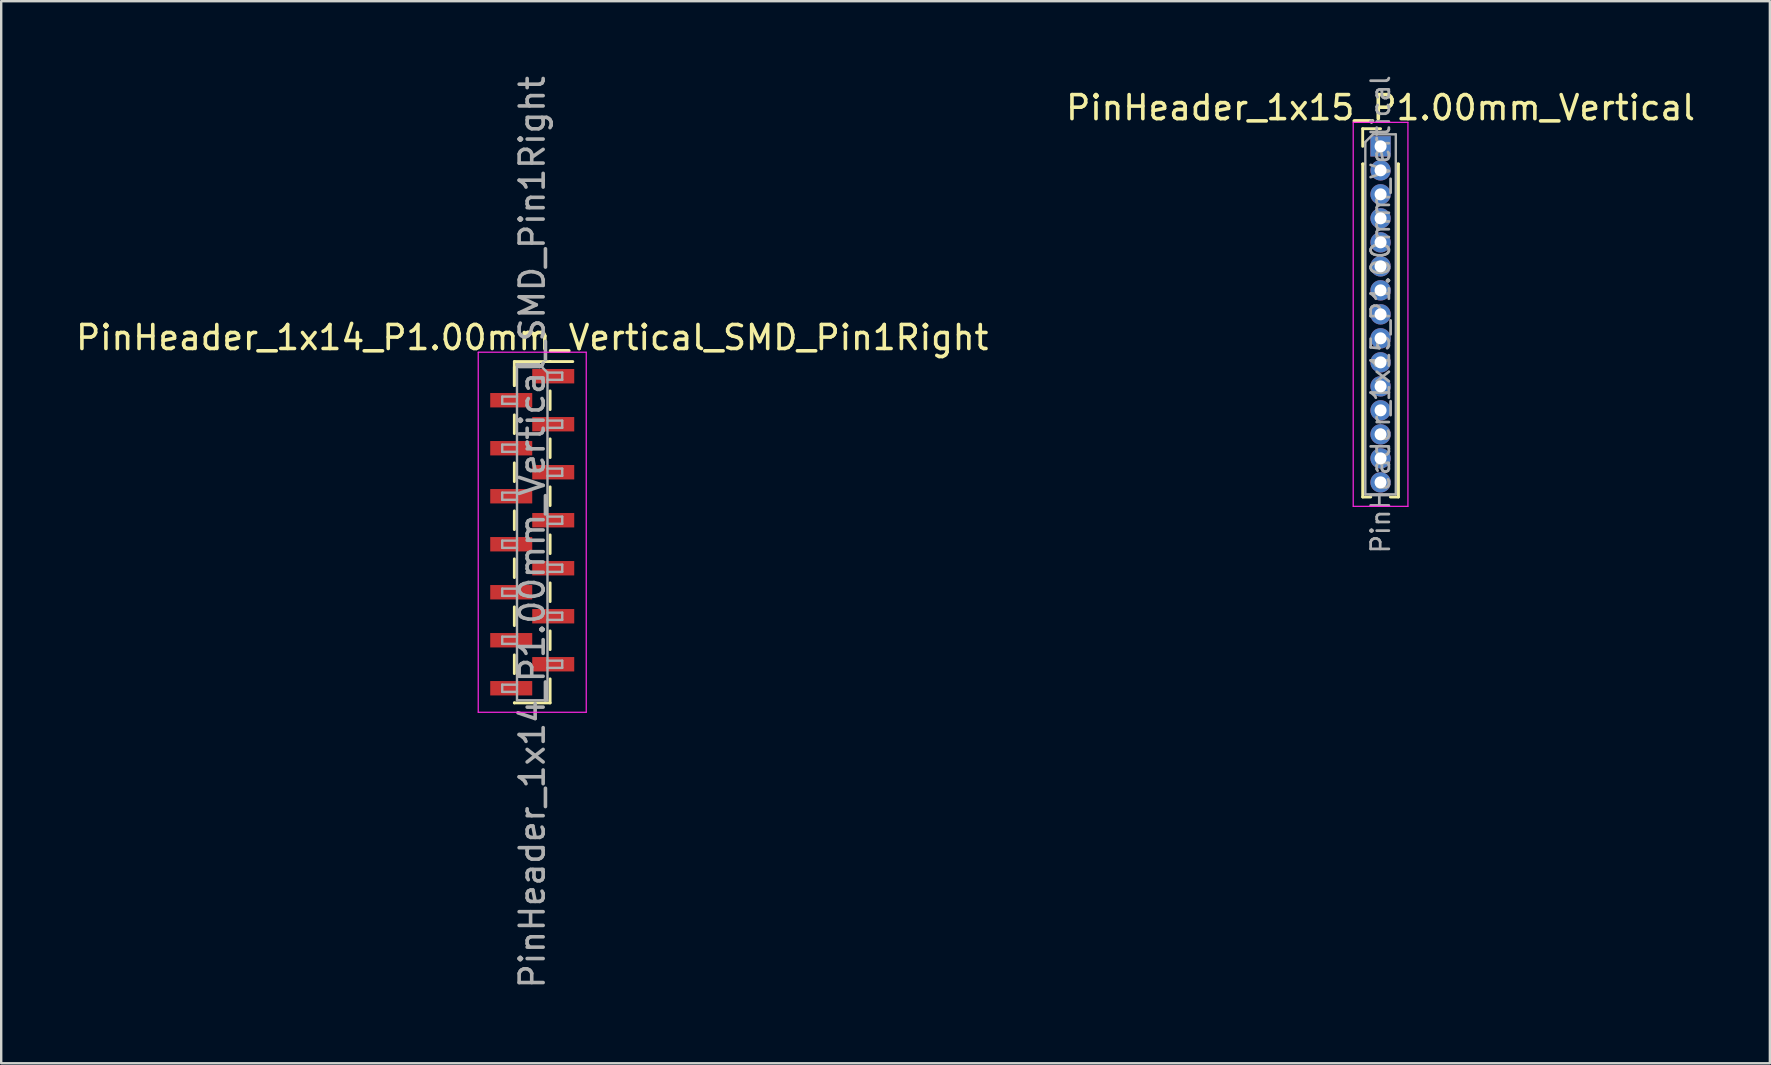
<source format=kicad_pcb>
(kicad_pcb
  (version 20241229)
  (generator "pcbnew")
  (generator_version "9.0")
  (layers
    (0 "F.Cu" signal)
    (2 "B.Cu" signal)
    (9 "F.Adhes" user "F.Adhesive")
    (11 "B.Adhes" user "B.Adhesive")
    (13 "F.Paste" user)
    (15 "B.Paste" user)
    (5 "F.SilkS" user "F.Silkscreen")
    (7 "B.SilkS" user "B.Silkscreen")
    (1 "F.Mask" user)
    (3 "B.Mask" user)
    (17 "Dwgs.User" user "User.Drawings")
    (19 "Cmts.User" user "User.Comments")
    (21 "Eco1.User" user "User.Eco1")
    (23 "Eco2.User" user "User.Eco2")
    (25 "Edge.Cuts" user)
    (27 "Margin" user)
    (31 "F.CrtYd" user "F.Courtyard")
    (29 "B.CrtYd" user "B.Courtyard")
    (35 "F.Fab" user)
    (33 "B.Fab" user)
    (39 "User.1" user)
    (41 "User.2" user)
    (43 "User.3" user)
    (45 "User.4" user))
  (footprint "PinHeader_1x14_P1.00mm_Vertical_SMD_Pin1Right"
    (layer "F.Cu")
    (at 19.125 19.125)
    (property "Reference" "PinHeader_1x14_P1.00mm_Vertical_SMD_Pin1Right" (at 0 -8.11 0) (layer "F.SilkS") (effects (font (size 1 1) (thickness 0.15))))
    (attr smd)
    (fp_line (start -0.745 -7.11) (end -0.745 -6.11) (stroke (width 0.12) (type solid)) (layer "F.SilkS"))
    (fp_line (start -0.745 -7.11) (end 0.745 -7.11) (stroke (width 0.12) (type solid)) (layer "F.SilkS"))
    (fp_line (start -0.745 -6.89) (end -0.745 -6.11) (stroke (width 0.12) (type solid)) (layer "F.SilkS"))
    (fp_line (start -0.745 -4.89) (end -0.745 -4.11) (stroke (width 0.12) (type solid)) (layer "F.SilkS"))
    (fp_line (start -0.745 -2.89) (end -0.745 -2.11) (stroke (width 0.12) (type solid)) (layer "F.SilkS"))
    (fp_line (start -0.745 -0.89) (end -0.745 -0.11) (stroke (width 0.12) (type solid)) (layer "F.SilkS"))
    (fp_line (start -0.745 1.11) (end -0.745 1.89) (stroke (width 0.12) (type solid)) (layer "F.SilkS"))
    (fp_line (start -0.745 3.11) (end -0.745 3.89) (stroke (width 0.12) (type solid)) (layer "F.SilkS"))
    (fp_line (start -0.745 5.11) (end -0.745 5.89) (stroke (width 0.12) (type solid)) (layer "F.SilkS"))
    (fp_line (start -0.745 7.11) (end -0.745 7.11) (stroke (width 0.12) (type solid)) (layer "F.SilkS"))
    (fp_line (start -0.745 7.11) (end 0.745 7.11) (stroke (width 0.12) (type solid)) (layer "F.SilkS"))
    (fp_line (start 0.745 -7.11) (end 0.745 -7.11) (stroke (width 0.12) (type solid)) (layer "F.SilkS"))
    (fp_line (start 0.745 -7.11) (end 1.69 -7.11) (stroke (width 0.12) (type solid)) (layer "F.SilkS"))
    (fp_line (start 0.745 -5.89) (end 0.745 -5.11) (stroke (width 0.12) (type solid)) (layer "F.SilkS"))
    (fp_line (start 0.745 -3.89) (end 0.745 -3.11) (stroke (width 0.12) (type solid)) (layer "F.SilkS"))
    (fp_line (start 0.745 -1.89) (end 0.745 -1.11) (stroke (width 0.12) (type solid)) (layer "F.SilkS"))
    (fp_line (start 0.745 0.11) (end 0.745 0.89) (stroke (width 0.12) (type solid)) (layer "F.SilkS"))
    (fp_line (start 0.745 2.11) (end 0.745 2.89) (stroke (width 0.12) (type solid)) (layer "F.SilkS"))
    (fp_line (start 0.745 4.11) (end 0.745 4.89) (stroke (width 0.12) (type solid)) (layer "F.SilkS"))
    (fp_line (start 0.745 6.11) (end 0.745 7.11) (stroke (width 0.12) (type solid)) (layer "F.SilkS"))
    (fp_line (start -2.25 -7.5) (end -2.25 7.5) (stroke (width 0.05) (type solid)) (layer "F.CrtYd"))
    (fp_line (start -2.25 7.5) (end 2.25 7.5) (stroke (width 0.05) (type solid)) (layer "F.CrtYd"))
    (fp_line (start 2.25 -7.5) (end -2.25 -7.5) (stroke (width 0.05) (type solid)) (layer "F.CrtYd"))
    (fp_line (start 2.25 7.5) (end 2.25 -7.5) (stroke (width 0.05) (type solid)) (layer "F.CrtYd"))
    (fp_line (start -1.25 -5.65) (end -1.25 -5.35) (stroke (width 0.1) (type solid)) (layer "F.Fab"))
    (fp_line (start -1.25 -5.35) (end -0.635 -5.35) (stroke (width 0.1) (type solid)) (layer "F.Fab"))
    (fp_line (start -1.25 -3.65) (end -1.25 -3.35) (stroke (width 0.1) (type solid)) (layer "F.Fab"))
    (fp_line (start -1.25 -3.35) (end -0.635 -3.35) (stroke (width 0.1) (type solid)) (layer "F.Fab"))
    (fp_line (start -1.25 -1.65) (end -1.25 -1.35) (stroke (width 0.1) (type solid)) (layer "F.Fab"))
    (fp_line (start -1.25 -1.35) (end -0.635 -1.35) (stroke (width 0.1) (type solid)) (layer "F.Fab"))
    (fp_line (start -1.25 0.35) (end -1.25 0.65) (stroke (width 0.1) (type solid)) (layer "F.Fab"))
    (fp_line (start -1.25 0.65) (end -0.635 0.65) (stroke (width 0.1) (type solid)) (layer "F.Fab"))
    (fp_line (start -1.25 2.35) (end -1.25 2.65) (stroke (width 0.1) (type solid)) (layer "F.Fab"))
    (fp_line (start -1.25 2.65) (end -0.635 2.65) (stroke (width 0.1) (type solid)) (layer "F.Fab"))
    (fp_line (start -1.25 4.35) (end -1.25 4.65) (stroke (width 0.1) (type solid)) (layer "F.Fab"))
    (fp_line (start -1.25 4.65) (end -0.635 4.65) (stroke (width 0.1) (type solid)) (layer "F.Fab"))
    (fp_line (start -1.25 6.35) (end -1.25 6.65) (stroke (width 0.1) (type solid)) (layer "F.Fab"))
    (fp_line (start -1.25 6.65) (end -0.635 6.65) (stroke (width 0.1) (type solid)) (layer "F.Fab"))
    (fp_line (start -0.635 -7) (end -0.635 7) (stroke (width 0.1) (type solid)) (layer "F.Fab"))
    (fp_line (start -0.635 -7) (end 0.285 -7) (stroke (width 0.1) (type solid)) (layer "F.Fab"))
    (fp_line (start -0.635 -5.65) (end -1.25 -5.65) (stroke (width 0.1) (type solid)) (layer "F.Fab"))
    (fp_line (start -0.635 -3.65) (end -1.25 -3.65) (stroke (width 0.1) (type solid)) (layer "F.Fab"))
    (fp_line (start -0.635 -1.65) (end -1.25 -1.65) (stroke (width 0.1) (type solid)) (layer "F.Fab"))
    (fp_line (start -0.635 0.35) (end -1.25 0.35) (stroke (width 0.1) (type solid)) (layer "F.Fab"))
    (fp_line (start -0.635 2.35) (end -1.25 2.35) (stroke (width 0.1) (type solid)) (layer "F.Fab"))
    (fp_line (start -0.635 4.35) (end -1.25 4.35) (stroke (width 0.1) (type solid)) (layer "F.Fab"))
    (fp_line (start -0.635 6.35) (end -1.25 6.35) (stroke (width 0.1) (type solid)) (layer "F.Fab"))
    (fp_line (start 0.635 -6.65) (end 0.285 -7) (stroke (width 0.1) (type solid)) (layer "F.Fab"))
    (fp_line (start 0.635 -6.65) (end 1.25 -6.65) (stroke (width 0.1) (type solid)) (layer "F.Fab"))
    (fp_line (start 0.635 -4.65) (end 1.25 -4.65) (stroke (width 0.1) (type solid)) (layer "F.Fab"))
    (fp_line (start 0.635 -2.65) (end 1.25 -2.65) (stroke (width 0.1) (type solid)) (layer "F.Fab"))
    (fp_line (start 0.635 -0.65) (end 1.25 -0.65) (stroke (width 0.1) (type solid)) (layer "F.Fab"))
    (fp_line (start 0.635 1.35) (end 1.25 1.35) (stroke (width 0.1) (type solid)) (layer "F.Fab"))
    (fp_line (start 0.635 3.35) (end 1.25 3.35) (stroke (width 0.1) (type solid)) (layer "F.Fab"))
    (fp_line (start 0.635 5.35) (end 1.25 5.35) (stroke (width 0.1) (type solid)) (layer "F.Fab"))
    (fp_line (start 0.635 7) (end -0.635 7) (stroke (width 0.1) (type solid)) (layer "F.Fab"))
    (fp_line (start 0.635 7) (end 0.635 -6.65) (stroke (width 0.1) (type solid)) (layer "F.Fab"))
    (fp_line (start 1.25 -6.65) (end 1.25 -6.35) (stroke (width 0.1) (type solid)) (layer "F.Fab"))
    (fp_line (start 1.25 -6.35) (end 0.635 -6.35) (stroke (width 0.1) (type solid)) (layer "F.Fab"))
    (fp_line (start 1.25 -4.65) (end 1.25 -4.35) (stroke (width 0.1) (type solid)) (layer "F.Fab"))
    (fp_line (start 1.25 -4.35) (end 0.635 -4.35) (stroke (width 0.1) (type solid)) (layer "F.Fab"))
    (fp_line (start 1.25 -2.65) (end 1.25 -2.35) (stroke (width 0.1) (type solid)) (layer "F.Fab"))
    (fp_line (start 1.25 -2.35) (end 0.635 -2.35) (stroke (width 0.1) (type solid)) (layer "F.Fab"))
    (fp_line (start 1.25 -0.65) (end 1.25 -0.35) (stroke (width 0.1) (type solid)) (layer "F.Fab"))
    (fp_line (start 1.25 -0.35) (end 0.635 -0.35) (stroke (width 0.1) (type solid)) (layer "F.Fab"))
    (fp_line (start 1.25 1.35) (end 1.25 1.65) (stroke (width 0.1) (type solid)) (layer "F.Fab"))
    (fp_line (start 1.25 1.65) (end 0.635 1.65) (stroke (width 0.1) (type solid)) (layer "F.Fab"))
    (fp_line (start 1.25 3.35) (end 1.25 3.65) (stroke (width 0.1) (type solid)) (layer "F.Fab"))
    (fp_line (start 1.25 3.65) (end 0.635 3.65) (stroke (width 0.1) (type solid)) (layer "F.Fab"))
    (fp_line (start 1.25 5.35) (end 1.25 5.65) (stroke (width 0.1) (type solid)) (layer "F.Fab"))
    (fp_line (start 1.25 5.65) (end 0.635 5.65) (stroke (width 0.1) (type solid)) (layer "F.Fab"))
    (fp_text user "${REFERENCE}" (at 0 0 90) (layer "F.Fab") (effects (font (size 1 1) (thickness 0.15))))
    (pad "1" smd rect (at 0.875 -6.5) (size 1.75 0.6) (layers "F.Cu" "F.Mask" "F.Paste"))
    (pad "2" smd rect (at -0.875 -5.5) (size 1.75 0.6) (layers "F.Cu" "F.Mask" "F.Paste"))
    (pad "3" smd rect (at 0.875 -4.5) (size 1.75 0.6) (layers "F.Cu" "F.Mask" "F.Paste"))
    (pad "4" smd rect (at -0.875 -3.5) (size 1.75 0.6) (layers "F.Cu" "F.Mask" "F.Paste"))
    (pad "5" smd rect (at 0.875 -2.5) (size 1.75 0.6) (layers "F.Cu" "F.Mask" "F.Paste"))
    (pad "6" smd rect (at -0.875 -1.5) (size 1.75 0.6) (layers "F.Cu" "F.Mask" "F.Paste"))
    (pad "7" smd rect (at 0.875 -0.5) (size 1.75 0.6) (layers "F.Cu" "F.Mask" "F.Paste"))
    (pad "8" smd rect (at -0.875 0.5) (size 1.75 0.6) (layers "F.Cu" "F.Mask" "F.Paste"))
    (pad "9" smd rect (at 0.875 1.5) (size 1.75 0.6) (layers "F.Cu" "F.Mask" "F.Paste"))
    (pad "10" smd rect (at -0.875 2.5) (size 1.75 0.6) (layers "F.Cu" "F.Mask" "F.Paste"))
    (pad "11" smd rect (at 0.875 3.5) (size 1.75 0.6) (layers "F.Cu" "F.Mask" "F.Paste"))
    (pad "12" smd rect (at -0.875 4.5) (size 1.75 0.6) (layers "F.Cu" "F.Mask" "F.Paste"))
    (pad "13" smd rect (at 0.875 5.5) (size 1.75 0.6) (layers "F.Cu" "F.Mask" "F.Paste"))
    (pad "14" smd rect (at -0.875 6.5) (size 1.75 0.6) (layers "F.Cu" "F.Mask" "F.Paste")))
  (footprint "PinHeader_1x15_P1.00mm_Vertical"
    (layer "F.Cu")
    (at 54.47 3.047)
    (property "Reference" "PinHeader_1x15_P1.00mm_Vertical" (at 0 -1.61 0) (layer "F.SilkS") (effects (font (size 1 1) (thickness 0.15))))
    (attr through_hole)
    (fp_line (start -0.745 -0.735) (end 0 -0.735) (stroke (width 0.12) (type solid)) (layer "F.SilkS"))
    (fp_line (start -0.745 0) (end -0.745 -0.735) (stroke (width 0.12) (type solid)) (layer "F.SilkS"))
    (fp_line (start -0.745 0.735) (end -0.745 14.61) (stroke (width 0.12) (type solid)) (layer "F.SilkS"))
    (fp_line (start -0.745 0.735) (end -0.686 0.735) (stroke (width 0.12) (type solid)) (layer "F.SilkS"))
    (fp_line (start -0.745 14.61) (end -0.41 14.61) (stroke (width 0.12) (type solid)) (layer "F.SilkS"))
    (fp_line (start 0.41 14.61) (end 0.745 14.61) (stroke (width 0.12) (type solid)) (layer "F.SilkS"))
    (fp_line (start 0.686 0.735) (end 0.745 0.735) (stroke (width 0.12) (type solid)) (layer "F.SilkS"))
    (fp_line (start 0.745 0.735) (end 0.745 14.61) (stroke (width 0.12) (type solid)) (layer "F.SilkS"))
    (fp_line (start -1.14 -1) (end -1.14 15) (stroke (width 0.05) (type solid)) (layer "F.CrtYd"))
    (fp_line (start -1.14 15) (end 1.14 15) (stroke (width 0.05) (type solid)) (layer "F.CrtYd"))
    (fp_line (start 1.14 -1) (end -1.14 -1) (stroke (width 0.05) (type solid)) (layer "F.CrtYd"))
    (fp_line (start 1.14 15) (end 1.14 -1) (stroke (width 0.05) (type solid)) (layer "F.CrtYd"))
    (fp_line (start -0.635 -0.182) (end -0.318 -0.5) (stroke (width 0.1) (type solid)) (layer "F.Fab"))
    (fp_line (start -0.635 14.5) (end -0.635 -0.182) (stroke (width 0.1) (type solid)) (layer "F.Fab"))
    (fp_line (start -0.318 -0.5) (end 0.635 -0.5) (stroke (width 0.1) (type solid)) (layer "F.Fab"))
    (fp_line (start 0.635 -0.5) (end 0.635 14.5) (stroke (width 0.1) (type solid)) (layer "F.Fab"))
    (fp_line (start 0.635 14.5) (end -0.635 14.5) (stroke (width 0.1) (type solid)) (layer "F.Fab"))
    (fp_text user "${REFERENCE}" (at 0 7 90) (layer "F.Fab") (effects (font (size 0.76 0.76) (thickness 0.114))))
    (pad "1" thru_hole rect (at 0 0) (size 0.85 0.85) (drill 0.5) (layers "*.Cu" "*.Mask"))
    (pad "2" thru_hole circle (at 0 1) (size 0.85 0.85) (drill 0.5) (layers "*.Cu" "*.Mask"))
    (pad "3" thru_hole circle (at 0 2) (size 0.85 0.85) (drill 0.5) (layers "*.Cu" "*.Mask"))
    (pad "4" thru_hole circle (at 0 3) (size 0.85 0.85) (drill 0.5) (layers "*.Cu" "*.Mask"))
    (pad "5" thru_hole circle (at 0 4) (size 0.85 0.85) (drill 0.5) (layers "*.Cu" "*.Mask"))
    (pad "6" thru_hole circle (at 0 5) (size 0.85 0.85) (drill 0.5) (layers "*.Cu" "*.Mask"))
    (pad "7" thru_hole circle (at 0 6) (size 0.85 0.85) (drill 0.5) (layers "*.Cu" "*.Mask"))
    (pad "8" thru_hole circle (at 0 7) (size 0.85 0.85) (drill 0.5) (layers "*.Cu" "*.Mask"))
    (pad "9" thru_hole circle (at 0 8) (size 0.85 0.85) (drill 0.5) (layers "*.Cu" "*.Mask"))
    (pad "10" thru_hole circle (at 0 9) (size 0.85 0.85) (drill 0.5) (layers "*.Cu" "*.Mask"))
    (pad "11" thru_hole circle (at 0 10) (size 0.85 0.85) (drill 0.5) (layers "*.Cu" "*.Mask"))
    (pad "12" thru_hole circle (at 0 11) (size 0.85 0.85) (drill 0.5) (layers "*.Cu" "*.Mask"))
    (pad "13" thru_hole circle (at 0 12) (size 0.85 0.85) (drill 0.5) (layers "*.Cu" "*.Mask"))
    (pad "14" thru_hole circle (at 0 13) (size 0.85 0.85) (drill 0.5) (layers "*.Cu" "*.Mask"))
    (pad "15" thru_hole circle (at 0 14) (size 0.85 0.85) (drill 0.5) (layers "*.Cu" "*.Mask")))
  (gr_rect
    (start -3 -3)
    (end 70.69 41.25)
    (stroke (width 0.1) (type default))
    (fill no)
    (layer "Edge.Cuts")))
</source>
